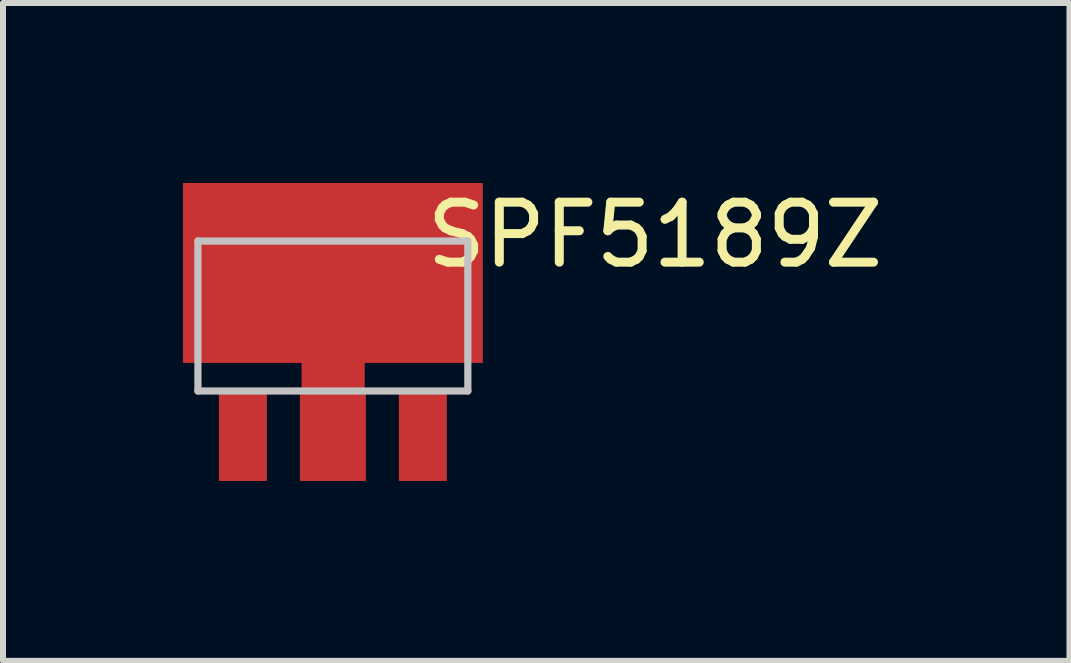
<source format=kicad_pcb>
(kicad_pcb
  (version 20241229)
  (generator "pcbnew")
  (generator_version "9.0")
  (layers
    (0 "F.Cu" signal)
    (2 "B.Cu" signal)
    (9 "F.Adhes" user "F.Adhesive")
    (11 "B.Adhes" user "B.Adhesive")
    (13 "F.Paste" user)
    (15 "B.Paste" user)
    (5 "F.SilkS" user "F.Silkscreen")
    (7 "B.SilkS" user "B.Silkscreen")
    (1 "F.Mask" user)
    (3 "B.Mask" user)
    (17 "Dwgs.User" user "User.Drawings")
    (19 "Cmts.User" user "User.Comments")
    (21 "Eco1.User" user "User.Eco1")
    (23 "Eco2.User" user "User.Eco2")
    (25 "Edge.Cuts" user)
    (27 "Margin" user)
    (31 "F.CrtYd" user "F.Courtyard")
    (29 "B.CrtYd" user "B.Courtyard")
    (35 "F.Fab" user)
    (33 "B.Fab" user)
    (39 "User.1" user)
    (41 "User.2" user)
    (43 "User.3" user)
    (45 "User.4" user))
  (footprint "SPF5189Z"
    (layer "F.Cu")
    (at 0.25 3.469)
    (property "Reference" "SPF5189Z" (at 7.62 -2.603 0) (layer "F.SilkS") (effects (font (size 1 1) (thickness 0.15))))
    (attr through_hole)
    (fp_poly (pts (xy 1.778 0.064) (xy 2.731 0.064) (xy 2.731 -0.572) (xy 1.778 -0.572)) (stroke (width 0.1) (type solid)) (fill yes) (layer "F.Cu"))
    (fp_line (start 0 -2.5) (end 0 0) (stroke (width 0.12) (type solid)) (layer "Dwgs.User"))
    (fp_line (start 0 0) (end 4.5 0) (stroke (width 0.12) (type solid)) (layer "Dwgs.User"))
    (fp_line (start 4.5 -2.5) (end 0 -2.5) (stroke (width 0.12) (type solid)) (layer "Dwgs.User"))
    (fp_line (start 4.5 0) (end 4.5 -2.5) (stroke (width 0.12) (type solid)) (layer "Dwgs.User"))
    (pad "1" smd custom (at 0.75 0.75) (size 0.8 1.5) (layers "F.Cu" "F.Mask" "F.Paste") (options (anchor rect)) (primitives))
    (pad "2" smd custom (at 2.25 0.75) (size 1.1 1.5) (layers "F.Cu" "F.Mask" "F.Paste") (options (anchor rect)) (primitives))
    (pad "3" smd custom (at 3.75 0.75) (size 0.8 1.5) (layers "F.Cu" "F.Mask" "F.Paste") (options (anchor rect)) (primitives))
    (pad "4" smd custom (at 2.25 -1.968) (size 5 3) (layers "F.Cu" "F.Mask" "F.Paste") (options (anchor rect)) (primitives)))
  (gr_rect
    (start -3 -3)
    (end 14.781 7.968)
    (stroke (width 0.1) (type default))
    (fill no)
    (layer "Edge.Cuts")))
</source>
